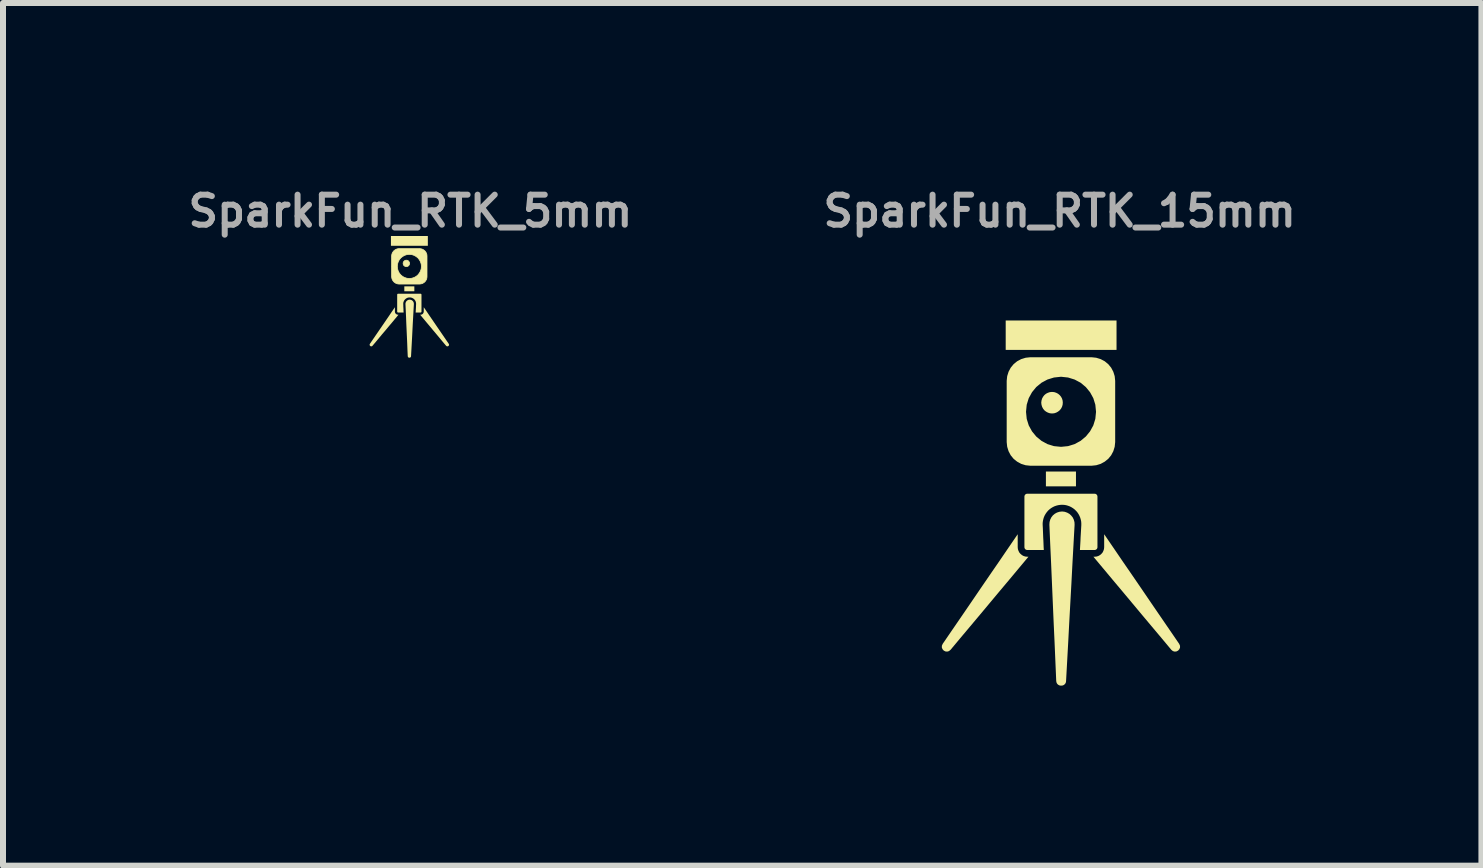
<source format=kicad_pcb>
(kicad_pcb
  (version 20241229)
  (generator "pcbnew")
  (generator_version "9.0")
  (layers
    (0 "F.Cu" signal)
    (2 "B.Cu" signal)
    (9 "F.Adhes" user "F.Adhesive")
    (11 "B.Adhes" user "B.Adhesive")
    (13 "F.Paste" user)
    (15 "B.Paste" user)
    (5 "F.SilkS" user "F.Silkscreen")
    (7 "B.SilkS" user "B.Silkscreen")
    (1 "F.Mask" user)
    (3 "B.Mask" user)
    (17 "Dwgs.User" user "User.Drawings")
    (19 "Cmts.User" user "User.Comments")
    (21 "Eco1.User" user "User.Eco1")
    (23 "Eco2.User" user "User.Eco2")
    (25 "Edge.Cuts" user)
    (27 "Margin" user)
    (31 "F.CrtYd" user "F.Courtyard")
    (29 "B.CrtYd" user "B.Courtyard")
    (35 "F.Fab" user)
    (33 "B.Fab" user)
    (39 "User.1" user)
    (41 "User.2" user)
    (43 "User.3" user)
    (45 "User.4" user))
  (footprint "SparkFun_RTK_5mm"
    (layer "F.Cu")
    (at 3.79 2.168)
    (property "Reference" "SparkFun_RTK_5mm" (at 0 -1.7 0) (layer "F.Fab") (effects (font (size 0.5 0.5) (thickness 0.1))))
    (attr board_only exclude_from_pos_files exclude_from_bom)
    (fp_poly (pts (xy 0.065 -0.364) (xy -0.102 -0.364) (xy -0.102 -0.446) (xy 0.065 -0.446)) (stroke (width 0) (type solid)) (fill yes) (layer "F.SilkS"))
    (fp_poly (pts (xy 0.29 -1.122) (xy -0.325 -1.122) (xy -0.325 -1.285) (xy 0.29 -1.285)) (stroke (width 0) (type solid)) (fill yes) (layer "F.SilkS"))
    (fp_poly (pts (xy -0.057 -0.881) (xy -0.047 -0.878) (xy -0.038 -0.873) (xy -0.03 -0.866) (xy -0.024 -0.858) (xy -0.019 -0.849) (xy -0.015 -0.839) (xy -0.014 -0.828) (xy -0.015 -0.818) (xy -0.019 -0.808) (xy -0.024 -0.798) (xy -0.03 -0.79) (xy -0.038 -0.784) (xy -0.047 -0.779) (xy -0.057 -0.776) (xy -0.068 -0.775) (xy -0.079 -0.776) (xy -0.089 -0.779) (xy -0.098 -0.784) (xy -0.106 -0.79) (xy -0.113 -0.798) (xy -0.118 -0.808) (xy -0.121 -0.818) (xy -0.122 -0.828) (xy -0.121 -0.839) (xy -0.118 -0.849) (xy -0.113 -0.858) (xy -0.106 -0.866) (xy -0.098 -0.873) (xy -0.089 -0.878) (xy -0.079 -0.881) (xy -0.068 -0.882)) (stroke (width 0.012) (type solid)) (fill yes) (layer "F.SilkS"))
    (fp_poly (pts (xy -0.259 -0.026) (xy -0.258 -0.015) (xy -0.255 -0.005) (xy -0.25 0.004) (xy -0.243 0.012) (xy -0.235 0.018) (xy -0.226 0.023) (xy -0.216 0.026) (xy -0.205 0.027) (xy -0.199 0.027) (xy -0.253 0.092) (xy -0.307 0.157) (xy -0.361 0.221) (xy -0.415 0.286) (xy -0.47 0.35) (xy -0.524 0.415) (xy -0.578 0.48) (xy -0.632 0.544) (xy -0.641 0.552) (xy -0.651 0.554) (xy -0.661 0.553) (xy -0.669 0.549) (xy -0.676 0.541) (xy -0.68 0.532) (xy -0.68 0.522) (xy -0.675 0.511) (xy -0.623 0.435) (xy -0.571 0.359) (xy -0.519 0.283) (xy -0.467 0.207) (xy -0.415 0.131) (xy -0.363 0.055) (xy -0.311 -0.022) (xy -0.259 -0.098)) (stroke (width 0) (type solid)) (fill yes) (layer "F.SilkS"))
    (fp_poly (pts (xy 0.274 -0.022) (xy 0.326 0.055) (xy 0.378 0.131) (xy 0.43 0.207) (xy 0.482 0.283) (xy 0.534 0.359) (xy 0.586 0.435) (xy 0.638 0.511) (xy 0.643 0.522) (xy 0.643 0.532) (xy 0.639 0.541) (xy 0.632 0.549) (xy 0.623 0.553) (xy 0.613 0.554) (xy 0.604 0.552) (xy 0.594 0.544) (xy 0.54 0.48) (xy 0.486 0.415) (xy 0.432 0.35) (xy 0.378 0.286) (xy 0.324 0.221) (xy 0.27 0.157) (xy 0.216 0.092) (xy 0.162 0.027) (xy 0.168 0.027) (xy 0.179 0.026) (xy 0.189 0.023) (xy 0.198 0.018) (xy 0.206 0.012) (xy 0.212 0.004) (xy 0.217 -0.005) (xy 0.22 -0.015) (xy 0.222 -0.026) (xy 0.222 -0.098)) (stroke (width 0) (type solid)) (fill yes) (layer "F.SilkS"))
    (fp_poly (pts (xy -0.013 -0.224) (xy -0.013 -0.224) (xy -0.013 -0.224) (xy -0.012 -0.224) (xy -0.012 -0.224) (xy -0.012 -0.224) (xy -0.012 -0.224) (xy -0.012 -0.224) (xy 0.003 -0.222) (xy 0.016 -0.218) (xy 0.028 -0.211) (xy 0.038 -0.202) (xy 0.047 -0.191) (xy 0.053 -0.178) (xy 0.056 -0.165) (xy 0.057 -0.15) (xy 0.051 -0.042) (xy 0.045 0.067) (xy 0.039 0.175) (xy 0.028 0.392) (xy 0.022 0.501) (xy 0.016 0.609) (xy 0.01 0.718) (xy 0.009 0.724) (xy 0.007 0.729) (xy 0.004 0.733) (xy 0.001 0.737) (xy -0.003 0.74) (xy -0.008 0.742) (xy -0.012 0.743) (xy -0.017 0.743) (xy -0.022 0.743) (xy -0.027 0.742) (xy -0.032 0.74) (xy -0.036 0.737) (xy -0.039 0.733) (xy -0.042 0.729) (xy -0.044 0.723) (xy -0.045 0.717) (xy -0.05 0.609) (xy -0.054 0.5) (xy -0.059 0.392) (xy -0.064 0.283) (xy -0.069 0.175) (xy -0.073 0.066) (xy -0.078 -0.042) (xy -0.083 -0.151) (xy -0.082 -0.166) (xy -0.078 -0.179) (xy -0.072 -0.192) (xy -0.063 -0.202) (xy -0.053 -0.211) (xy -0.041 -0.218) (xy -0.027 -0.223) (xy -0.013 -0.224)) (stroke (width 0) (type solid)) (fill yes) (layer "F.SilkS"))
    (fp_poly (pts (xy 0.176 -1.072) (xy 0.2 -1.065) (xy 0.221 -1.053) (xy 0.24 -1.038) (xy 0.255 -1.019) (xy 0.267 -0.998) (xy 0.274 -0.975) (xy 0.276 -0.949) (xy 0.276 -0.61) (xy 0.274 -0.585) (xy 0.267 -0.561) (xy 0.255 -0.54) (xy 0.24 -0.521) (xy 0.221 -0.506) (xy 0.2 -0.494) (xy 0.176 -0.487) (xy 0.151 -0.484) (xy -0.188 -0.484) (xy -0.214 -0.487) (xy -0.237 -0.494) (xy -0.258 -0.506) (xy -0.277 -0.521) (xy -0.292 -0.54) (xy -0.304 -0.561) (xy -0.311 -0.585) (xy -0.314 -0.61) (xy -0.314 -0.778) (xy -0.219 -0.778) (xy -0.215 -0.737) (xy -0.203 -0.7) (xy -0.185 -0.666) (xy -0.16 -0.636) (xy -0.13 -0.611) (xy -0.096 -0.593) (xy -0.059 -0.581) (xy -0.018 -0.577) (xy 0.022 -0.581) (xy 0.06 -0.593) (xy 0.094 -0.611) (xy 0.124 -0.636) (xy 0.148 -0.666) (xy 0.167 -0.7) (xy 0.179 -0.737) (xy 0.183 -0.778) (xy 0.179 -0.818) (xy 0.167 -0.856) (xy 0.148 -0.89) (xy 0.124 -0.92) (xy 0.094 -0.944) (xy 0.06 -0.963) (xy 0.022 -0.975) (xy -0.018 -0.979) (xy -0.059 -0.975) (xy -0.096 -0.963) (xy -0.13 -0.944) (xy -0.16 -0.92) (xy -0.185 -0.89) (xy -0.203 -0.856) (xy -0.215 -0.818) (xy -0.219 -0.778) (xy -0.314 -0.778) (xy -0.314 -0.949) (xy -0.311 -0.975) (xy -0.304 -0.998) (xy -0.292 -1.019) (xy -0.277 -1.038) (xy -0.258 -1.053) (xy -0.237 -1.065) (xy -0.214 -1.072) (xy -0.188 -1.075) (xy 0.151 -1.075)) (stroke (width 0.012) (type solid)) (fill yes) (layer "F.SilkS"))
    (fp_poly (pts (xy 0.171 -0.323) (xy 0.174 -0.322) (xy 0.177 -0.32) (xy 0.179 -0.318) (xy 0.181 -0.316) (xy 0.183 -0.313) (xy 0.184 -0.31) (xy 0.184 -0.307) (xy 0.184 -0.026) (xy 0.184 -0.023) (xy 0.183 -0.02) (xy 0.181 -0.017) (xy 0.179 -0.015) (xy 0.177 -0.013) (xy 0.174 -0.011) (xy 0.171 -0.01) (xy 0.168 -0.01) (xy 0.087 -0.01) (xy 0.088 -0.027) (xy 0.089 -0.045) (xy 0.09 -0.062) (xy 0.091 -0.079) (xy 0.092 -0.096) (xy 0.093 -0.131) (xy 0.094 -0.148) (xy 0.094 -0.159) (xy 0.093 -0.17) (xy 0.091 -0.18) (xy 0.088 -0.191) (xy 0.084 -0.201) (xy 0.079 -0.21) (xy 0.073 -0.219) (xy 0.066 -0.227) (xy 0.058 -0.235) (xy 0.049 -0.242) (xy 0.04 -0.247) (xy 0.031 -0.252) (xy 0.021 -0.256) (xy 0.01 -0.259) (xy -0.001 -0.261) (xy -0.011 -0.261) (xy -0.012 -0.261) (xy -0.012 -0.261) (xy -0.012 -0.261) (xy -0.012 -0.261) (xy -0.012 -0.261) (xy -0.012 -0.261) (xy -0.013 -0.261) (xy -0.013 -0.261) (xy -0.013 -0.261) (xy -0.013 -0.261) (xy -0.024 -0.261) (xy -0.035 -0.259) (xy -0.045 -0.257) (xy -0.055 -0.253) (xy -0.065 -0.248) (xy -0.074 -0.242) (xy -0.082 -0.236) (xy -0.09 -0.228) (xy -0.098 -0.22) (xy -0.104 -0.211) (xy -0.109 -0.202) (xy -0.113 -0.192) (xy -0.117 -0.182) (xy -0.119 -0.171) (xy -0.12 -0.16) (xy -0.12 -0.149) (xy -0.119 -0.132) (xy -0.119 -0.114) (xy -0.118 -0.097) (xy -0.117 -0.08) (xy -0.116 -0.062) (xy -0.116 -0.045) (xy -0.115 -0.027) (xy -0.114 -0.01) (xy -0.205 -0.01) (xy -0.209 -0.01) (xy -0.212 -0.011) (xy -0.214 -0.013) (xy -0.217 -0.015) (xy -0.219 -0.017) (xy -0.22 -0.02) (xy -0.221 -0.023) (xy -0.221 -0.026) (xy -0.221 -0.307) (xy -0.221 -0.31) (xy -0.22 -0.313) (xy -0.219 -0.316) (xy -0.217 -0.318) (xy -0.214 -0.32) (xy -0.212 -0.322) (xy -0.209 -0.323) (xy -0.205 -0.323) (xy 0.168 -0.323)) (stroke (width 0) (type solid)) (fill yes) (layer "F.SilkS")))
  (footprint "SparkFun_RTK_15mm"
    (layer "F.Cu")
    (at 14.61 6.068)
    (property "Reference" "SparkFun_RTK_15mm" (at 0 -5.6 0) (layer "F.Fab") (effects (font (size 0.5 0.5) (thickness 0.1))))
    (attr board_only exclude_from_pos_files exclude_from_bom)
    (fp_poly (pts (xy 0.271 -1.013) (xy -0.23 -1.013) (xy -0.23 -1.26) (xy 0.271 -1.26)) (stroke (width 0) (type solid)) (fill yes) (layer "F.SilkS"))
    (fp_poly (pts (xy 0.947 -3.287) (xy -0.9 -3.287) (xy -0.9 -3.777) (xy 0.947 -3.777)) (stroke (width 0) (type solid)) (fill yes) (layer "F.SilkS"))
    (fp_poly (pts (xy -0.095 -2.565) (xy -0.065 -2.555) (xy -0.038 -2.541) (xy -0.014 -2.521) (xy 0.006 -2.497) (xy 0.021 -2.47) (xy 0.03 -2.44) (xy 0.033 -2.407) (xy 0.03 -2.375) (xy 0.021 -2.345) (xy 0.006 -2.317) (xy -0.014 -2.293) (xy -0.038 -2.274) (xy -0.065 -2.259) (xy -0.095 -2.249) (xy -0.128 -2.246) (xy -0.16 -2.249) (xy -0.19 -2.259) (xy -0.218 -2.274) (xy -0.242 -2.293) (xy -0.261 -2.317) (xy -0.276 -2.345) (xy -0.285 -2.375) (xy -0.289 -2.407) (xy -0.285 -2.44) (xy -0.276 -2.47) (xy -0.261 -2.497) (xy -0.242 -2.521) (xy -0.218 -2.541) (xy -0.19 -2.555) (xy -0.16 -2.565) (xy -0.128 -2.568)) (stroke (width 0.037) (type solid)) (fill yes) (layer "F.SilkS"))
    (fp_poly (pts (xy -0.7 0) (xy -0.697 0.032) (xy -0.687 0.062) (xy -0.673 0.09) (xy -0.653 0.113) (xy -0.629 0.133) (xy -0.602 0.148) (xy -0.572 0.157) (xy -0.54 0.16) (xy -0.521 0.16) (xy -0.683 0.354) (xy -0.845 0.548) (xy -1.008 0.742) (xy -1.17 0.936) (xy -1.332 1.13) (xy -1.494 1.323) (xy -1.657 1.517) (xy -1.819 1.711) (xy -1.846 1.733) (xy -1.876 1.741) (xy -1.905 1.738) (xy -1.932 1.724) (xy -1.952 1.702) (xy -1.964 1.675) (xy -1.964 1.644) (xy -1.95 1.612) (xy -1.794 1.384) (xy -1.637 1.155) (xy -1.481 0.927) (xy -1.325 0.698) (xy -1.169 0.47) (xy -1.012 0.242) (xy -0.856 0.013) (xy -0.7 -0.215)) (stroke (width 0) (type solid)) (fill yes) (layer "F.SilkS"))
    (fp_poly (pts (xy 0.897 0.013) (xy 1.053 0.242) (xy 1.21 0.47) (xy 1.366 0.698) (xy 1.522 0.927) (xy 1.678 1.155) (xy 1.835 1.384) (xy 1.991 1.612) (xy 2.005 1.644) (xy 2.005 1.675) (xy 1.993 1.702) (xy 1.973 1.724) (xy 1.946 1.738) (xy 1.917 1.741) (xy 1.887 1.733) (xy 1.86 1.711) (xy 1.698 1.517) (xy 1.535 1.323) (xy 1.373 1.13) (xy 1.211 0.936) (xy 1.049 0.742) (xy 0.886 0.548) (xy 0.724 0.354) (xy 0.562 0.16) (xy 0.581 0.16) (xy 0.613 0.157) (xy 0.643 0.148) (xy 0.67 0.133) (xy 0.694 0.113) (xy 0.714 0.09) (xy 0.728 0.062) (xy 0.738 0.032) (xy 0.741 0) (xy 0.741 -0.215)) (stroke (width 0) (type solid)) (fill yes) (layer "F.SilkS"))
    (fp_poly (pts (xy 0.038 -0.594) (xy 0.039 -0.594) (xy 0.039 -0.594) (xy 0.039 -0.594) (xy 0.04 -0.594) (xy 0.04 -0.594) (xy 0.04 -0.594) (xy 0.041 -0.594) (xy 0.084 -0.589) (xy 0.124 -0.575) (xy 0.16 -0.555) (xy 0.191 -0.527) (xy 0.217 -0.495) (xy 0.235 -0.457) (xy 0.246 -0.416) (xy 0.248 -0.372) (xy 0.23 -0.047) (xy 0.212 0.278) (xy 0.195 0.604) (xy 0.159 1.255) (xy 0.142 1.58) (xy 0.124 1.905) (xy 0.106 2.231) (xy 0.104 2.249) (xy 0.098 2.265) (xy 0.09 2.278) (xy 0.079 2.289) (xy 0.067 2.298) (xy 0.053 2.304) (xy 0.039 2.307) (xy 0.024 2.308) (xy 0.009 2.307) (xy -0.005 2.304) (xy -0.019 2.297) (xy -0.031 2.289) (xy -0.041 2.278) (xy -0.05 2.264) (xy -0.055 2.248) (xy -0.058 2.23) (xy -0.072 1.904) (xy -0.086 1.579) (xy -0.101 1.253) (xy -0.115 0.928) (xy -0.129 0.602) (xy -0.143 0.276) (xy -0.158 -0.049) (xy -0.172 -0.375) (xy -0.169 -0.418) (xy -0.158 -0.459) (xy -0.139 -0.497) (xy -0.114 -0.529) (xy -0.082 -0.556) (xy -0.046 -0.576) (xy -0.006 -0.589) (xy 0.038 -0.594)) (stroke (width 0) (type solid)) (fill yes) (layer "F.SilkS"))
    (fp_poly (pts (xy 0.605 -3.138) (xy 0.676 -3.116) (xy 0.74 -3.082) (xy 0.796 -3.036) (xy 0.842 -2.98) (xy 0.876 -2.916) (xy 0.898 -2.846) (xy 0.906 -2.77) (xy 0.906 -1.752) (xy 0.898 -1.676) (xy 0.876 -1.605) (xy 0.842 -1.541) (xy 0.796 -1.485) (xy 0.74 -1.44) (xy 0.676 -1.405) (xy 0.605 -1.383) (xy 0.53 -1.375) (xy -0.489 -1.375) (xy -0.564 -1.383) (xy -0.635 -1.405) (xy -0.699 -1.44) (xy -0.755 -1.485) (xy -0.801 -1.541) (xy -0.835 -1.605) (xy -0.857 -1.676) (xy -0.865 -1.752) (xy -0.865 -2.255) (xy -0.58 -2.255) (xy -0.568 -2.134) (xy -0.533 -2.021) (xy -0.477 -1.919) (xy -0.404 -1.83) (xy -0.314 -1.756) (xy -0.212 -1.7) (xy -0.099 -1.665) (xy 0.022 -1.653) (xy 0.143 -1.665) (xy 0.256 -1.7) (xy 0.359 -1.756) (xy 0.448 -1.83) (xy 0.521 -1.919) (xy 0.577 -2.021) (xy 0.612 -2.134) (xy 0.624 -2.255) (xy 0.612 -2.377) (xy 0.577 -2.49) (xy 0.521 -2.592) (xy 0.448 -2.681) (xy 0.359 -2.755) (xy 0.256 -2.81) (xy 0.143 -2.845) (xy 0.022 -2.858) (xy -0.099 -2.845) (xy -0.212 -2.81) (xy -0.314 -2.755) (xy -0.404 -2.681) (xy -0.477 -2.592) (xy -0.533 -2.49) (xy -0.568 -2.377) (xy -0.58 -2.255) (xy -0.865 -2.255) (xy -0.865 -2.77) (xy -0.857 -2.846) (xy -0.835 -2.916) (xy -0.801 -2.98) (xy -0.755 -3.036) (xy -0.699 -3.082) (xy -0.635 -3.116) (xy -0.564 -3.138) (xy -0.489 -3.146) (xy 0.53 -3.146)) (stroke (width 0.037) (type solid)) (fill yes) (layer "F.SilkS"))
    (fp_poly (pts (xy 0.59 -0.889) (xy 0.6 -0.887) (xy 0.608 -0.882) (xy 0.615 -0.876) (xy 0.621 -0.869) (xy 0.625 -0.861) (xy 0.628 -0.852) (xy 0.629 -0.842) (xy 0.629 0) (xy 0.628 0.01) (xy 0.625 0.019) (xy 0.621 0.027) (xy 0.615 0.034) (xy 0.608 0.04) (xy 0.6 0.044) (xy 0.59 0.047) (xy 0.581 0.048) (xy 0.337 0.048) (xy 0.34 -0.004) (xy 0.343 -0.055) (xy 0.346 -0.107) (xy 0.348 -0.159) (xy 0.351 -0.211) (xy 0.357 -0.314) (xy 0.36 -0.366) (xy 0.36 -0.399) (xy 0.357 -0.432) (xy 0.35 -0.463) (xy 0.341 -0.494) (xy 0.328 -0.524) (xy 0.313 -0.552) (xy 0.295 -0.579) (xy 0.273 -0.604) (xy 0.25 -0.627) (xy 0.224 -0.647) (xy 0.197 -0.664) (xy 0.168 -0.679) (xy 0.138 -0.69) (xy 0.107 -0.699) (xy 0.075 -0.704) (xy 0.042 -0.706) (xy 0.041 -0.706) (xy 0.041 -0.706) (xy 0.04 -0.706) (xy 0.04 -0.706) (xy 0.039 -0.706) (xy 0.039 -0.706) (xy 0.038 -0.706) (xy 0.038 -0.706) (xy 0.038 -0.706) (xy 0.038 -0.706) (xy 0.005 -0.704) (xy -0.027 -0.699) (xy -0.058 -0.691) (xy -0.089 -0.68) (xy -0.117 -0.666) (xy -0.145 -0.649) (xy -0.171 -0.629) (xy -0.195 -0.607) (xy -0.216 -0.582) (xy -0.235 -0.555) (xy -0.251 -0.527) (xy -0.264 -0.497) (xy -0.273 -0.467) (xy -0.28 -0.435) (xy -0.284 -0.403) (xy -0.284 -0.37) (xy -0.281 -0.317) (xy -0.279 -0.265) (xy -0.277 -0.213) (xy -0.275 -0.161) (xy -0.272 -0.109) (xy -0.27 -0.056) (xy -0.268 -0.004) (xy -0.265 0.048) (xy -0.54 0.048) (xy -0.549 0.047) (xy -0.559 0.044) (xy -0.567 0.04) (xy -0.574 0.034) (xy -0.58 0.027) (xy -0.584 0.019) (xy -0.587 0.01) (xy -0.588 0) (xy -0.588 -0.842) (xy -0.587 -0.852) (xy -0.584 -0.861) (xy -0.58 -0.869) (xy -0.574 -0.876) (xy -0.567 -0.882) (xy -0.559 -0.887) (xy -0.549 -0.889) (xy -0.54 -0.89) (xy 0.581 -0.89)) (stroke (width 0) (type solid)) (fill yes) (layer "F.SilkS")))
  (gr_rect
    (start -3 -3)
    (end 21.638 11.376)
    (stroke (width 0.1) (type default))
    (fill no)
    (layer "Edge.Cuts")))
</source>
